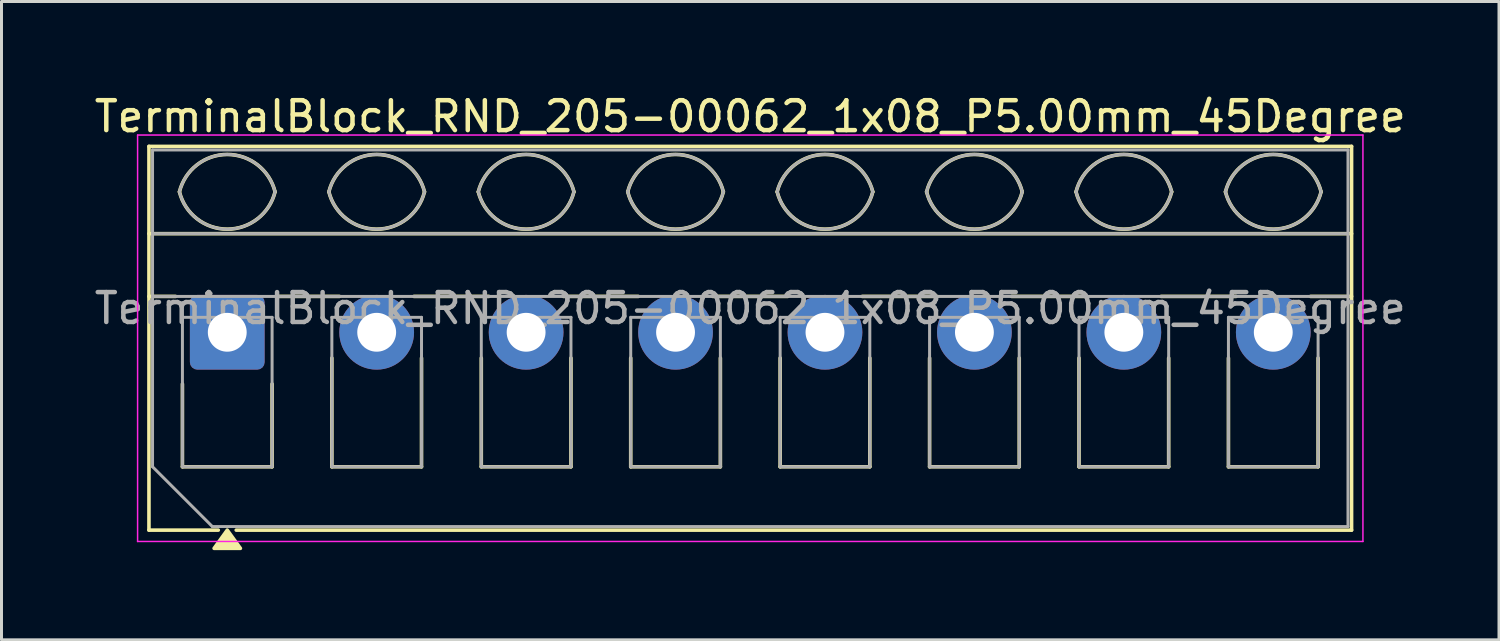
<source format=kicad_pcb>
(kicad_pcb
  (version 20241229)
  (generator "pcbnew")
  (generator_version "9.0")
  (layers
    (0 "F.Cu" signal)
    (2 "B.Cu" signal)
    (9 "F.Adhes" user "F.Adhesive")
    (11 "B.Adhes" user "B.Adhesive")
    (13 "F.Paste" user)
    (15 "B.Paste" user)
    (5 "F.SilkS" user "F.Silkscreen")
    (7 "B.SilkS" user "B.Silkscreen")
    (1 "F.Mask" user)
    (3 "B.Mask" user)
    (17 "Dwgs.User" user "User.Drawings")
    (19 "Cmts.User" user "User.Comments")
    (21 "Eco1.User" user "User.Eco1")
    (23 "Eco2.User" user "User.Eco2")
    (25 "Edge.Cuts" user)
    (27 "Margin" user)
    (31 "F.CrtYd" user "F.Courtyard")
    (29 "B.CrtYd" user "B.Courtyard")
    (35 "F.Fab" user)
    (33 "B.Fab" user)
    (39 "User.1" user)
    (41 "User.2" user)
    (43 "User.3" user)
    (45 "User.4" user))
  (footprint "TerminalBlock_RND_205-00062_1x08_P5.00mm_45Degree"
    (layer "F.Cu")
    (at 4.554 8.068)
    (property "Reference" "TerminalBlock_RND_205-00062_1x08_P5.00mm_45Degree" (at 17.5 -7.22 0) (layer "F.SilkS") (effects (font (size 1 1) (thickness 0.15))))
    (attr through_hole)
    (fp_line (start -2.62 -6.22) (end -2.62 6.62) (stroke (width 0.12) (type solid)) (layer "F.SilkS"))
    (fp_line (start -2.62 -6.22) (end 37.62 -6.22) (stroke (width 0.12) (type solid)) (layer "F.SilkS"))
    (fp_line (start -2.62 -3.3) (end 37.62 -3.3) (stroke (width 0.12) (type solid)) (layer "F.SilkS"))
    (fp_line (start -2.62 -1.2) (end -1.73 -1.2) (stroke (width 0.12) (type solid)) (layer "F.SilkS"))
    (fp_line (start -2.62 6.62) (end -0.3 6.62) (stroke (width 0.12) (type solid)) (layer "F.SilkS"))
    (fp_line (start -1.5 1.73) (end -1.5 4.5) (stroke (width 0.12) (type solid)) (layer "F.SilkS"))
    (fp_line (start -1.5 4.5) (end 1.5 4.5) (stroke (width 0.12) (type solid)) (layer "F.SilkS"))
    (fp_line (start 0.3 6.62) (end 37.62 6.62) (stroke (width 0.12) (type solid)) (layer "F.SilkS"))
    (fp_line (start 1.5 1.73) (end 1.5 4.5) (stroke (width 0.12) (type solid)) (layer "F.SilkS"))
    (fp_line (start 1.73 -1.2) (end 3.754 -1.2) (stroke (width 0.12) (type solid)) (layer "F.SilkS"))
    (fp_line (start 3.5 0.862) (end 3.5 4.5) (stroke (width 0.12) (type solid)) (layer "F.SilkS"))
    (fp_line (start 3.5 4.5) (end 6.5 4.5) (stroke (width 0.12) (type solid)) (layer "F.SilkS"))
    (fp_line (start 6.246 -1.2) (end 8.754 -1.2) (stroke (width 0.12) (type solid)) (layer "F.SilkS"))
    (fp_line (start 6.5 0.862) (end 6.5 4.5) (stroke (width 0.12) (type solid)) (layer "F.SilkS"))
    (fp_line (start 8.5 0.862) (end 8.5 4.5) (stroke (width 0.12) (type solid)) (layer "F.SilkS"))
    (fp_line (start 8.5 4.5) (end 11.5 4.5) (stroke (width 0.12) (type solid)) (layer "F.SilkS"))
    (fp_line (start 11.246 -1.2) (end 13.754 -1.2) (stroke (width 0.12) (type solid)) (layer "F.SilkS"))
    (fp_line (start 11.5 0.862) (end 11.5 4.5) (stroke (width 0.12) (type solid)) (layer "F.SilkS"))
    (fp_line (start 13.5 0.862) (end 13.5 4.5) (stroke (width 0.12) (type solid)) (layer "F.SilkS"))
    (fp_line (start 13.5 4.5) (end 16.5 4.5) (stroke (width 0.12) (type solid)) (layer "F.SilkS"))
    (fp_line (start 16.246 -1.2) (end 18.754 -1.2) (stroke (width 0.12) (type solid)) (layer "F.SilkS"))
    (fp_line (start 16.5 0.862) (end 16.5 4.5) (stroke (width 0.12) (type solid)) (layer "F.SilkS"))
    (fp_line (start 18.5 0.862) (end 18.5 4.5) (stroke (width 0.12) (type solid)) (layer "F.SilkS"))
    (fp_line (start 18.5 4.5) (end 21.5 4.5) (stroke (width 0.12) (type solid)) (layer "F.SilkS"))
    (fp_line (start 21.246 -1.2) (end 23.754 -1.2) (stroke (width 0.12) (type solid)) (layer "F.SilkS"))
    (fp_line (start 21.5 0.862) (end 21.5 4.5) (stroke (width 0.12) (type solid)) (layer "F.SilkS"))
    (fp_line (start 23.5 0.862) (end 23.5 4.5) (stroke (width 0.12) (type solid)) (layer "F.SilkS"))
    (fp_line (start 23.5 4.5) (end 26.5 4.5) (stroke (width 0.12) (type solid)) (layer "F.SilkS"))
    (fp_line (start 26.246 -1.2) (end 28.754 -1.2) (stroke (width 0.12) (type solid)) (layer "F.SilkS"))
    (fp_line (start 26.5 0.862) (end 26.5 4.5) (stroke (width 0.12) (type solid)) (layer "F.SilkS"))
    (fp_line (start 28.5 0.862) (end 28.5 4.5) (stroke (width 0.12) (type solid)) (layer "F.SilkS"))
    (fp_line (start 28.5 4.5) (end 31.5 4.5) (stroke (width 0.12) (type solid)) (layer "F.SilkS"))
    (fp_line (start 31.246 -1.2) (end 33.754 -1.2) (stroke (width 0.12) (type solid)) (layer "F.SilkS"))
    (fp_line (start 31.5 0.862) (end 31.5 4.5) (stroke (width 0.12) (type solid)) (layer "F.SilkS"))
    (fp_line (start 33.5 0.862) (end 33.5 4.5) (stroke (width 0.12) (type solid)) (layer "F.SilkS"))
    (fp_line (start 33.5 4.5) (end 36.5 4.5) (stroke (width 0.12) (type solid)) (layer "F.SilkS"))
    (fp_line (start 36.246 -1.2) (end 37.62 -1.2) (stroke (width 0.12) (type solid)) (layer "F.SilkS"))
    (fp_line (start 36.5 0.862) (end 36.5 4.5) (stroke (width 0.12) (type solid)) (layer "F.SilkS"))
    (fp_line (start 37.62 -6.22) (end 37.62 6.62) (stroke (width 0.12) (type solid)) (layer "F.SilkS"))
    (fp_arc (start -1.6 -4.7) (mid 0 -5.95) (end 1.6 -4.7) (stroke (width 0.12) (type solid)) (layer "F.SilkS"))
    (fp_arc (start 1.6 -4.7) (mid 0 -3.45) (end -1.6 -4.7) (stroke (width 0.12) (type solid)) (layer "F.SilkS"))
    (fp_arc (start 3.4 -4.7) (mid 5 -5.95) (end 6.6 -4.7) (stroke (width 0.12) (type solid)) (layer "F.SilkS"))
    (fp_arc (start 6.6 -4.7) (mid 5 -3.45) (end 3.4 -4.7) (stroke (width 0.12) (type solid)) (layer "F.SilkS"))
    (fp_arc (start 8.4 -4.7) (mid 10 -5.95) (end 11.6 -4.7) (stroke (width 0.12) (type solid)) (layer "F.SilkS"))
    (fp_arc (start 11.6 -4.7) (mid 10 -3.45) (end 8.4 -4.7) (stroke (width 0.12) (type solid)) (layer "F.SilkS"))
    (fp_arc (start 13.4 -4.7) (mid 15 -5.95) (end 16.6 -4.7) (stroke (width 0.12) (type solid)) (layer "F.SilkS"))
    (fp_arc (start 16.6 -4.7) (mid 15 -3.45) (end 13.4 -4.7) (stroke (width 0.12) (type solid)) (layer "F.SilkS"))
    (fp_arc (start 18.4 -4.7) (mid 20 -5.95) (end 21.6 -4.7) (stroke (width 0.12) (type solid)) (layer "F.SilkS"))
    (fp_arc (start 21.6 -4.7) (mid 20 -3.45) (end 18.4 -4.7) (stroke (width 0.12) (type solid)) (layer "F.SilkS"))
    (fp_arc (start 23.4 -4.7) (mid 25 -5.95) (end 26.6 -4.7) (stroke (width 0.12) (type solid)) (layer "F.SilkS"))
    (fp_arc (start 26.6 -4.7) (mid 25 -3.45) (end 23.4 -4.7) (stroke (width 0.12) (type solid)) (layer "F.SilkS"))
    (fp_arc (start 28.4 -4.7) (mid 30 -5.95) (end 31.6 -4.7) (stroke (width 0.12) (type solid)) (layer "F.SilkS"))
    (fp_arc (start 31.6 -4.7) (mid 30 -3.45) (end 28.4 -4.7) (stroke (width 0.12) (type solid)) (layer "F.SilkS"))
    (fp_arc (start 33.4 -4.7) (mid 35 -5.95) (end 36.6 -4.7) (stroke (width 0.12) (type solid)) (layer "F.SilkS"))
    (fp_arc (start 36.6 -4.7) (mid 35 -3.45) (end 33.4 -4.7) (stroke (width 0.12) (type solid)) (layer "F.SilkS"))
    (fp_poly (pts (xy 0 6.62) (xy 0.44 7.23) (xy -0.44 7.23)) (stroke (width 0.12) (type solid)) (fill yes) (layer "F.SilkS"))
    (fp_line (start -3 -6.6) (end -3 7) (stroke (width 0.05) (type solid)) (layer "F.CrtYd"))
    (fp_line (start -3 7) (end 38 7) (stroke (width 0.05) (type solid)) (layer "F.CrtYd"))
    (fp_line (start 38 -6.6) (end -3 -6.6) (stroke (width 0.05) (type solid)) (layer "F.CrtYd"))
    (fp_line (start 38 7) (end 38 -6.6) (stroke (width 0.05) (type solid)) (layer "F.CrtYd"))
    (fp_line (start -2.5 -6.1) (end 37.5 -6.1) (stroke (width 0.1) (type solid)) (layer "F.Fab"))
    (fp_line (start -2.5 -3.3) (end 37.5 -3.3) (stroke (width 0.1) (type solid)) (layer "F.Fab"))
    (fp_line (start -2.5 -1.2) (end 37.5 -1.2) (stroke (width 0.1) (type solid)) (layer "F.Fab"))
    (fp_line (start -2.5 4.5) (end -2.5 -6.1) (stroke (width 0.1) (type solid)) (layer "F.Fab"))
    (fp_line (start -1.5 -0.5) (end -1.5 4.5) (stroke (width 0.1) (type solid)) (layer "F.Fab"))
    (fp_line (start -1.5 4.5) (end 1.5 4.5) (stroke (width 0.1) (type solid)) (layer "F.Fab"))
    (fp_line (start -0.5 6.5) (end -2.5 4.5) (stroke (width 0.1) (type solid)) (layer "F.Fab"))
    (fp_line (start 1.5 -0.5) (end -1.5 -0.5) (stroke (width 0.1) (type solid)) (layer "F.Fab"))
    (fp_line (start 1.5 4.5) (end 1.5 -0.5) (stroke (width 0.1) (type solid)) (layer "F.Fab"))
    (fp_line (start 3.5 -0.5) (end 3.5 4.5) (stroke (width 0.1) (type solid)) (layer "F.Fab"))
    (fp_line (start 3.5 4.5) (end 6.5 4.5) (stroke (width 0.1) (type solid)) (layer "F.Fab"))
    (fp_line (start 6.5 -0.5) (end 3.5 -0.5) (stroke (width 0.1) (type solid)) (layer "F.Fab"))
    (fp_line (start 6.5 4.5) (end 6.5 -0.5) (stroke (width 0.1) (type solid)) (layer "F.Fab"))
    (fp_line (start 8.5 -0.5) (end 8.5 4.5) (stroke (width 0.1) (type solid)) (layer "F.Fab"))
    (fp_line (start 8.5 4.5) (end 11.5 4.5) (stroke (width 0.1) (type solid)) (layer "F.Fab"))
    (fp_line (start 11.5 -0.5) (end 8.5 -0.5) (stroke (width 0.1) (type solid)) (layer "F.Fab"))
    (fp_line (start 11.5 4.5) (end 11.5 -0.5) (stroke (width 0.1) (type solid)) (layer "F.Fab"))
    (fp_line (start 13.5 -0.5) (end 13.5 4.5) (stroke (width 0.1) (type solid)) (layer "F.Fab"))
    (fp_line (start 13.5 4.5) (end 16.5 4.5) (stroke (width 0.1) (type solid)) (layer "F.Fab"))
    (fp_line (start 16.5 -0.5) (end 13.5 -0.5) (stroke (width 0.1) (type solid)) (layer "F.Fab"))
    (fp_line (start 16.5 4.5) (end 16.5 -0.5) (stroke (width 0.1) (type solid)) (layer "F.Fab"))
    (fp_line (start 18.5 -0.5) (end 18.5 4.5) (stroke (width 0.1) (type solid)) (layer "F.Fab"))
    (fp_line (start 18.5 4.5) (end 21.5 4.5) (stroke (width 0.1) (type solid)) (layer "F.Fab"))
    (fp_line (start 21.5 -0.5) (end 18.5 -0.5) (stroke (width 0.1) (type solid)) (layer "F.Fab"))
    (fp_line (start 21.5 4.5) (end 21.5 -0.5) (stroke (width 0.1) (type solid)) (layer "F.Fab"))
    (fp_line (start 23.5 -0.5) (end 23.5 4.5) (stroke (width 0.1) (type solid)) (layer "F.Fab"))
    (fp_line (start 23.5 4.5) (end 26.5 4.5) (stroke (width 0.1) (type solid)) (layer "F.Fab"))
    (fp_line (start 26.5 -0.5) (end 23.5 -0.5) (stroke (width 0.1) (type solid)) (layer "F.Fab"))
    (fp_line (start 26.5 4.5) (end 26.5 -0.5) (stroke (width 0.1) (type solid)) (layer "F.Fab"))
    (fp_line (start 28.5 -0.5) (end 28.5 4.5) (stroke (width 0.1) (type solid)) (layer "F.Fab"))
    (fp_line (start 28.5 4.5) (end 31.5 4.5) (stroke (width 0.1) (type solid)) (layer "F.Fab"))
    (fp_line (start 31.5 -0.5) (end 28.5 -0.5) (stroke (width 0.1) (type solid)) (layer "F.Fab"))
    (fp_line (start 31.5 4.5) (end 31.5 -0.5) (stroke (width 0.1) (type solid)) (layer "F.Fab"))
    (fp_line (start 33.5 -0.5) (end 33.5 4.5) (stroke (width 0.1) (type solid)) (layer "F.Fab"))
    (fp_line (start 33.5 4.5) (end 36.5 4.5) (stroke (width 0.1) (type solid)) (layer "F.Fab"))
    (fp_line (start 36.5 -0.5) (end 33.5 -0.5) (stroke (width 0.1) (type solid)) (layer "F.Fab"))
    (fp_line (start 36.5 4.5) (end 36.5 -0.5) (stroke (width 0.1) (type solid)) (layer "F.Fab"))
    (fp_line (start 37.5 -6.1) (end 37.5 6.5) (stroke (width 0.1) (type solid)) (layer "F.Fab"))
    (fp_line (start 37.5 6.5) (end -0.5 6.5) (stroke (width 0.1) (type solid)) (layer "F.Fab"))
    (fp_arc (start -1.6 -4.7) (mid 0 -5.95) (end 1.6 -4.7) (stroke (width 0.1) (type solid)) (layer "F.Fab"))
    (fp_arc (start 1.6 -4.7) (mid 0 -3.45) (end -1.6 -4.7) (stroke (width 0.1) (type solid)) (layer "F.Fab"))
    (fp_arc (start 3.4 -4.7) (mid 5 -5.95) (end 6.6 -4.7) (stroke (width 0.1) (type solid)) (layer "F.Fab"))
    (fp_arc (start 6.6 -4.7) (mid 5 -3.45) (end 3.4 -4.7) (stroke (width 0.1) (type solid)) (layer "F.Fab"))
    (fp_arc (start 8.4 -4.7) (mid 10 -5.95) (end 11.6 -4.7) (stroke (width 0.1) (type solid)) (layer "F.Fab"))
    (fp_arc (start 11.6 -4.7) (mid 10 -3.45) (end 8.4 -4.7) (stroke (width 0.1) (type solid)) (layer "F.Fab"))
    (fp_arc (start 13.4 -4.7) (mid 15 -5.95) (end 16.6 -4.7) (stroke (width 0.1) (type solid)) (layer "F.Fab"))
    (fp_arc (start 16.6 -4.7) (mid 15 -3.45) (end 13.4 -4.7) (stroke (width 0.1) (type solid)) (layer "F.Fab"))
    (fp_arc (start 18.4 -4.7) (mid 20 -5.95) (end 21.6 -4.7) (stroke (width 0.1) (type solid)) (layer "F.Fab"))
    (fp_arc (start 21.6 -4.7) (mid 20 -3.45) (end 18.4 -4.7) (stroke (width 0.1) (type solid)) (layer "F.Fab"))
    (fp_arc (start 23.4 -4.7) (mid 25 -5.95) (end 26.6 -4.7) (stroke (width 0.1) (type solid)) (layer "F.Fab"))
    (fp_arc (start 26.6 -4.7) (mid 25 -3.45) (end 23.4 -4.7) (stroke (width 0.1) (type solid)) (layer "F.Fab"))
    (fp_arc (start 28.4 -4.7) (mid 30 -5.95) (end 31.6 -4.7) (stroke (width 0.1) (type solid)) (layer "F.Fab"))
    (fp_arc (start 31.6 -4.7) (mid 30 -3.45) (end 28.4 -4.7) (stroke (width 0.1) (type solid)) (layer "F.Fab"))
    (fp_arc (start 33.4 -4.7) (mid 35 -5.95) (end 36.6 -4.7) (stroke (width 0.1) (type solid)) (layer "F.Fab"))
    (fp_arc (start 36.6 -4.7) (mid 35 -3.45) (end 33.4 -4.7) (stroke (width 0.1) (type solid)) (layer "F.Fab"))
    (fp_text user "${REFERENCE}" (at 17.5 -0.8 0) (layer "F.Fab") (effects (font (size 1 1) (thickness 0.15))))
    (pad "1" thru_hole roundrect (at 0 0) (size 2.5 2.5) (drill 1.3) (layers "*.Cu" "*.Mask") (roundrect_rratio 0.1))
    (pad "2" thru_hole circle (at 5 0) (size 2.5 2.5) (drill 1.3) (layers "*.Cu" "*.Mask"))
    (pad "3" thru_hole circle (at 10 0) (size 2.5 2.5) (drill 1.3) (layers "*.Cu" "*.Mask"))
    (pad "4" thru_hole circle (at 15 0) (size 2.5 2.5) (drill 1.3) (layers "*.Cu" "*.Mask"))
    (pad "5" thru_hole circle (at 20 0) (size 2.5 2.5) (drill 1.3) (layers "*.Cu" "*.Mask"))
    (pad "6" thru_hole circle (at 25 0) (size 2.5 2.5) (drill 1.3) (layers "*.Cu" "*.Mask"))
    (pad "7" thru_hole circle (at 30 0) (size 2.5 2.5) (drill 1.3) (layers "*.Cu" "*.Mask"))
    (pad "8" thru_hole circle (at 35 0) (size 2.5 2.5) (drill 1.3) (layers "*.Cu" "*.Mask")))
  (gr_rect
    (start -3 -3)
    (end 47.107 18.358)
    (stroke (width 0.1) (type default))
    (fill no)
    (layer "Edge.Cuts")))
</source>
